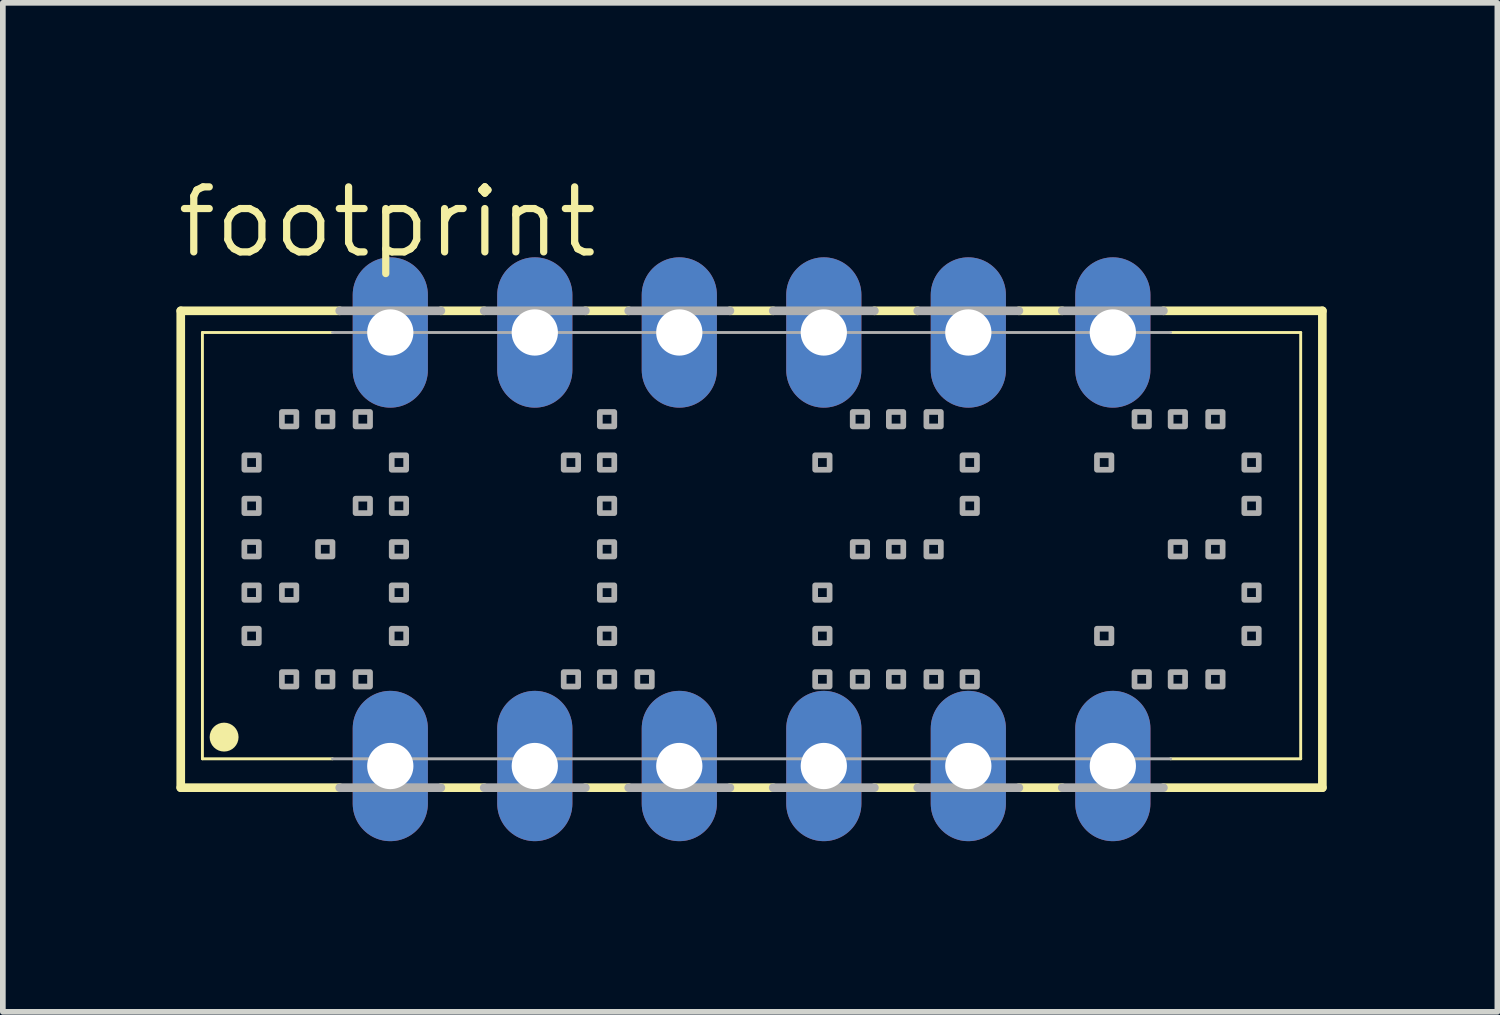
<source format=kicad_pcb>
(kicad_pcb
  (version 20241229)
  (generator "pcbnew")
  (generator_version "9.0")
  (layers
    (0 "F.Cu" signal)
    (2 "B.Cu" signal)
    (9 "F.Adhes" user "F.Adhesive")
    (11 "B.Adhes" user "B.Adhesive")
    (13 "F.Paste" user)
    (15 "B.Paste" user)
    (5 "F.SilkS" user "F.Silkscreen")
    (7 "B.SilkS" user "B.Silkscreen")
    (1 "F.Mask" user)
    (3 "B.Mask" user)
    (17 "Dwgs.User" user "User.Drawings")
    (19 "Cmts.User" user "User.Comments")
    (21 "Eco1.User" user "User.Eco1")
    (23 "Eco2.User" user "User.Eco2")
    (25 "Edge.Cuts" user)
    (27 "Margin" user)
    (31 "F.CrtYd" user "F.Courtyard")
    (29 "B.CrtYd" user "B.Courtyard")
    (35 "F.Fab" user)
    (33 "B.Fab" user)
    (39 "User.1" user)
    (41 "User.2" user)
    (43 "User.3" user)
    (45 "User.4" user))
  (footprint "footprint"
    (layer "F.Cu")
    (at 10.16 6.604)
    (property "Reference" "footprint" (at -10.16 -5.08 0) (layer "F.SilkS") (effects (font (size 1.143 1.143) (thickness 0.127)) (justify left bottom)))
    (fp_line (start -10.033 -4.191) (end -10.033 4.191) (stroke (width 0.152) (type solid)) (layer "F.SilkS"))
    (fp_line (start -9.652 3.683) (end -9.652 -3.81) (stroke (width 0.051) (type solid)) (layer "F.SilkS"))
    (fp_line (start -7.366 -3.81) (end -9.652 -3.81) (stroke (width 0.051) (type solid)) (layer "F.SilkS"))
    (fp_line (start -7.366 3.683) (end -9.652 3.683) (stroke (width 0.051) (type solid)) (layer "F.SilkS"))
    (fp_line (start -7.239 -4.191) (end -10.033 -4.191) (stroke (width 0.152) (type solid)) (layer "F.SilkS"))
    (fp_line (start -7.239 4.191) (end -10.033 4.191) (stroke (width 0.152) (type solid)) (layer "F.SilkS"))
    (fp_line (start -4.699 -4.191) (end -5.461 -4.191) (stroke (width 0.152) (type solid)) (layer "F.SilkS"))
    (fp_line (start -4.699 4.191) (end -5.461 4.191) (stroke (width 0.152) (type solid)) (layer "F.SilkS"))
    (fp_line (start -2.159 -4.191) (end -2.921 -4.191) (stroke (width 0.152) (type solid)) (layer "F.SilkS"))
    (fp_line (start -2.159 4.191) (end -2.921 4.191) (stroke (width 0.152) (type solid)) (layer "F.SilkS"))
    (fp_line (start 0.381 -4.191) (end -0.381 -4.191) (stroke (width 0.152) (type solid)) (layer "F.SilkS"))
    (fp_line (start 0.381 4.191) (end -0.381 4.191) (stroke (width 0.152) (type solid)) (layer "F.SilkS"))
    (fp_line (start 2.921 -4.191) (end 2.159 -4.191) (stroke (width 0.152) (type solid)) (layer "F.SilkS"))
    (fp_line (start 2.921 4.191) (end 2.159 4.191) (stroke (width 0.152) (type solid)) (layer "F.SilkS"))
    (fp_line (start 5.461 -4.191) (end 4.699 -4.191) (stroke (width 0.152) (type solid)) (layer "F.SilkS"))
    (fp_line (start 5.461 4.191) (end 4.699 4.191) (stroke (width 0.152) (type solid)) (layer "F.SilkS"))
    (fp_line (start 9.652 -3.81) (end 7.366 -3.81) (stroke (width 0.051) (type solid)) (layer "F.SilkS"))
    (fp_line (start 9.652 -3.81) (end 9.652 3.683) (stroke (width 0.051) (type solid)) (layer "F.SilkS"))
    (fp_line (start 9.652 3.683) (end 7.366 3.683) (stroke (width 0.051) (type solid)) (layer "F.SilkS"))
    (fp_line (start 10.033 -4.191) (end 7.239 -4.191) (stroke (width 0.152) (type solid)) (layer "F.SilkS"))
    (fp_line (start 10.033 4.191) (end 7.239 4.191) (stroke (width 0.152) (type solid)) (layer "F.SilkS"))
    (fp_line (start 10.033 4.191) (end 10.033 -4.191) (stroke (width 0.152) (type solid)) (layer "F.SilkS"))
    (fp_circle (center -9.271 3.302) (end -9.144 3.302) (stroke (width 0.254) (type solid)) (fill no) (layer "F.SilkS"))
    (fp_line (start -7.366 -3.81) (end 7.366 -3.81) (stroke (width 0.051) (type solid)) (layer "F.Fab"))
    (fp_line (start -7.366 3.683) (end 7.366 3.683) (stroke (width 0.051) (type solid)) (layer "F.Fab"))
    (fp_line (start -7.239 -4.191) (end -5.461 -4.191) (stroke (width 0.152) (type solid)) (layer "F.Fab"))
    (fp_line (start -5.461 4.191) (end -7.239 4.191) (stroke (width 0.152) (type solid)) (layer "F.Fab"))
    (fp_line (start -4.699 -4.191) (end -2.921 -4.191) (stroke (width 0.152) (type solid)) (layer "F.Fab"))
    (fp_line (start -4.699 4.191) (end -2.921 4.191) (stroke (width 0.152) (type solid)) (layer "F.Fab"))
    (fp_line (start -0.381 -4.191) (end -2.159 -4.191) (stroke (width 0.152) (type solid)) (layer "F.Fab"))
    (fp_line (start -0.381 4.191) (end -2.159 4.191) (stroke (width 0.152) (type solid)) (layer "F.Fab"))
    (fp_line (start 0.381 -4.191) (end 2.159 -4.191) (stroke (width 0.152) (type solid)) (layer "F.Fab"))
    (fp_line (start 2.159 4.191) (end 0.381 4.191) (stroke (width 0.152) (type solid)) (layer "F.Fab"))
    (fp_line (start 4.699 -4.191) (end 2.921 -4.191) (stroke (width 0.152) (type solid)) (layer "F.Fab"))
    (fp_line (start 4.699 4.191) (end 2.921 4.191) (stroke (width 0.152) (type solid)) (layer "F.Fab"))
    (fp_line (start 5.461 -4.191) (end 7.239 -4.191) (stroke (width 0.152) (type solid)) (layer "F.Fab"))
    (fp_line (start 5.461 4.191) (end 7.239 4.191) (stroke (width 0.152) (type solid)) (layer "F.Fab"))
    (fp_poly (pts (xy -8.915 -1.397) (xy -8.661 -1.397) (xy -8.661 -1.651) (xy -8.915 -1.651)) (stroke (width 0.1) (type solid)) (fill no) (layer "F.Fab"))
    (fp_poly (pts (xy -8.915 -0.635) (xy -8.661 -0.635) (xy -8.661 -0.889) (xy -8.915 -0.889)) (stroke (width 0.1) (type solid)) (fill no) (layer "F.Fab"))
    (fp_poly (pts (xy -8.915 0.127) (xy -8.661 0.127) (xy -8.661 -0.127) (xy -8.915 -0.127)) (stroke (width 0.1) (type solid)) (fill no) (layer "F.Fab"))
    (fp_poly (pts (xy -8.915 0.889) (xy -8.661 0.889) (xy -8.661 0.635) (xy -8.915 0.635)) (stroke (width 0.1) (type solid)) (fill no) (layer "F.Fab"))
    (fp_poly (pts (xy -8.915 1.651) (xy -8.661 1.651) (xy -8.661 1.397) (xy -8.915 1.397)) (stroke (width 0.1) (type solid)) (fill no) (layer "F.Fab"))
    (fp_poly (pts (xy -8.255 -2.159) (xy -8.001 -2.159) (xy -8.001 -2.413) (xy -8.255 -2.413)) (stroke (width 0.1) (type solid)) (fill no) (layer "F.Fab"))
    (fp_poly (pts (xy -8.255 0.889) (xy -8.001 0.889) (xy -8.001 0.635) (xy -8.255 0.635)) (stroke (width 0.1) (type solid)) (fill no) (layer "F.Fab"))
    (fp_poly (pts (xy -8.255 2.413) (xy -8.001 2.413) (xy -8.001 2.159) (xy -8.255 2.159)) (stroke (width 0.1) (type solid)) (fill no) (layer "F.Fab"))
    (fp_poly (pts (xy -7.62 -2.159) (xy -7.366 -2.159) (xy -7.366 -2.413) (xy -7.62 -2.413)) (stroke (width 0.1) (type solid)) (fill no) (layer "F.Fab"))
    (fp_poly (pts (xy -7.62 0.127) (xy -7.366 0.127) (xy -7.366 -0.127) (xy -7.62 -0.127)) (stroke (width 0.1) (type solid)) (fill no) (layer "F.Fab"))
    (fp_poly (pts (xy -7.62 2.413) (xy -7.366 2.413) (xy -7.366 2.159) (xy -7.62 2.159)) (stroke (width 0.1) (type solid)) (fill no) (layer "F.Fab"))
    (fp_poly (pts (xy -6.96 -2.159) (xy -6.706 -2.159) (xy -6.706 -2.413) (xy -6.96 -2.413)) (stroke (width 0.1) (type solid)) (fill no) (layer "F.Fab"))
    (fp_poly (pts (xy -6.96 -0.635) (xy -6.706 -0.635) (xy -6.706 -0.889) (xy -6.96 -0.889)) (stroke (width 0.1) (type solid)) (fill no) (layer "F.Fab"))
    (fp_poly (pts (xy -6.96 2.413) (xy -6.706 2.413) (xy -6.706 2.159) (xy -6.96 2.159)) (stroke (width 0.1) (type solid)) (fill no) (layer "F.Fab"))
    (fp_poly (pts (xy -6.325 -1.397) (xy -6.071 -1.397) (xy -6.071 -1.651) (xy -6.325 -1.651)) (stroke (width 0.1) (type solid)) (fill no) (layer "F.Fab"))
    (fp_poly (pts (xy -6.325 -0.635) (xy -6.071 -0.635) (xy -6.071 -0.889) (xy -6.325 -0.889)) (stroke (width 0.1) (type solid)) (fill no) (layer "F.Fab"))
    (fp_poly (pts (xy -6.325 0.127) (xy -6.071 0.127) (xy -6.071 -0.127) (xy -6.325 -0.127)) (stroke (width 0.1) (type solid)) (fill no) (layer "F.Fab"))
    (fp_poly (pts (xy -6.325 0.889) (xy -6.071 0.889) (xy -6.071 0.635) (xy -6.325 0.635)) (stroke (width 0.1) (type solid)) (fill no) (layer "F.Fab"))
    (fp_poly (pts (xy -6.325 1.651) (xy -6.071 1.651) (xy -6.071 1.397) (xy -6.325 1.397)) (stroke (width 0.1) (type solid)) (fill no) (layer "F.Fab"))
    (fp_poly (pts (xy -3.302 -1.397) (xy -3.048 -1.397) (xy -3.048 -1.651) (xy -3.302 -1.651)) (stroke (width 0.1) (type solid)) (fill no) (layer "F.Fab"))
    (fp_poly (pts (xy -3.302 2.413) (xy -3.048 2.413) (xy -3.048 2.159) (xy -3.302 2.159)) (stroke (width 0.1) (type solid)) (fill no) (layer "F.Fab"))
    (fp_poly (pts (xy -2.667 -2.159) (xy -2.413 -2.159) (xy -2.413 -2.413) (xy -2.667 -2.413)) (stroke (width 0.1) (type solid)) (fill no) (layer "F.Fab"))
    (fp_poly (pts (xy -2.667 -1.397) (xy -2.413 -1.397) (xy -2.413 -1.651) (xy -2.667 -1.651)) (stroke (width 0.1) (type solid)) (fill no) (layer "F.Fab"))
    (fp_poly (pts (xy -2.667 -0.635) (xy -2.413 -0.635) (xy -2.413 -0.889) (xy -2.667 -0.889)) (stroke (width 0.1) (type solid)) (fill no) (layer "F.Fab"))
    (fp_poly (pts (xy -2.667 0.127) (xy -2.413 0.127) (xy -2.413 -0.127) (xy -2.667 -0.127)) (stroke (width 0.1) (type solid)) (fill no) (layer "F.Fab"))
    (fp_poly (pts (xy -2.667 0.889) (xy -2.413 0.889) (xy -2.413 0.635) (xy -2.667 0.635)) (stroke (width 0.1) (type solid)) (fill no) (layer "F.Fab"))
    (fp_poly (pts (xy -2.667 1.651) (xy -2.413 1.651) (xy -2.413 1.397) (xy -2.667 1.397)) (stroke (width 0.1) (type solid)) (fill no) (layer "F.Fab"))
    (fp_poly (pts (xy -2.667 2.413) (xy -2.413 2.413) (xy -2.413 2.159) (xy -2.667 2.159)) (stroke (width 0.1) (type solid)) (fill no) (layer "F.Fab"))
    (fp_poly (pts (xy -2.007 2.413) (xy -1.753 2.413) (xy -1.753 2.159) (xy -2.007 2.159)) (stroke (width 0.1) (type solid)) (fill no) (layer "F.Fab"))
    (fp_poly (pts (xy 1.118 -1.397) (xy 1.372 -1.397) (xy 1.372 -1.651) (xy 1.118 -1.651)) (stroke (width 0.1) (type solid)) (fill no) (layer "F.Fab"))
    (fp_poly (pts (xy 1.118 0.889) (xy 1.372 0.889) (xy 1.372 0.635) (xy 1.118 0.635)) (stroke (width 0.1) (type solid)) (fill no) (layer "F.Fab"))
    (fp_poly (pts (xy 1.118 1.651) (xy 1.372 1.651) (xy 1.372 1.397) (xy 1.118 1.397)) (stroke (width 0.1) (type solid)) (fill no) (layer "F.Fab"))
    (fp_poly (pts (xy 1.118 2.413) (xy 1.372 2.413) (xy 1.372 2.159) (xy 1.118 2.159)) (stroke (width 0.1) (type solid)) (fill no) (layer "F.Fab"))
    (fp_poly (pts (xy 1.778 -2.159) (xy 2.032 -2.159) (xy 2.032 -2.413) (xy 1.778 -2.413)) (stroke (width 0.1) (type solid)) (fill no) (layer "F.Fab"))
    (fp_poly (pts (xy 1.778 0.127) (xy 2.032 0.127) (xy 2.032 -0.127) (xy 1.778 -0.127)) (stroke (width 0.1) (type solid)) (fill no) (layer "F.Fab"))
    (fp_poly (pts (xy 1.778 2.413) (xy 2.032 2.413) (xy 2.032 2.159) (xy 1.778 2.159)) (stroke (width 0.1) (type solid)) (fill no) (layer "F.Fab"))
    (fp_poly (pts (xy 2.413 -2.159) (xy 2.667 -2.159) (xy 2.667 -2.413) (xy 2.413 -2.413)) (stroke (width 0.1) (type solid)) (fill no) (layer "F.Fab"))
    (fp_poly (pts (xy 2.413 0.127) (xy 2.667 0.127) (xy 2.667 -0.127) (xy 2.413 -0.127)) (stroke (width 0.1) (type solid)) (fill no) (layer "F.Fab"))
    (fp_poly (pts (xy 2.413 2.413) (xy 2.667 2.413) (xy 2.667 2.159) (xy 2.413 2.159)) (stroke (width 0.1) (type solid)) (fill no) (layer "F.Fab"))
    (fp_poly (pts (xy 3.073 -2.159) (xy 3.327 -2.159) (xy 3.327 -2.413) (xy 3.073 -2.413)) (stroke (width 0.1) (type solid)) (fill no) (layer "F.Fab"))
    (fp_poly (pts (xy 3.073 0.127) (xy 3.327 0.127) (xy 3.327 -0.127) (xy 3.073 -0.127)) (stroke (width 0.1) (type solid)) (fill no) (layer "F.Fab"))
    (fp_poly (pts (xy 3.073 2.413) (xy 3.327 2.413) (xy 3.327 2.159) (xy 3.073 2.159)) (stroke (width 0.1) (type solid)) (fill no) (layer "F.Fab"))
    (fp_poly (pts (xy 3.708 -1.397) (xy 3.962 -1.397) (xy 3.962 -1.651) (xy 3.708 -1.651)) (stroke (width 0.1) (type solid)) (fill no) (layer "F.Fab"))
    (fp_poly (pts (xy 3.708 -0.635) (xy 3.962 -0.635) (xy 3.962 -0.889) (xy 3.708 -0.889)) (stroke (width 0.1) (type solid)) (fill no) (layer "F.Fab"))
    (fp_poly (pts (xy 3.708 2.413) (xy 3.962 2.413) (xy 3.962 2.159) (xy 3.708 2.159)) (stroke (width 0.1) (type solid)) (fill no) (layer "F.Fab"))
    (fp_poly (pts (xy 6.071 -1.397) (xy 6.325 -1.397) (xy 6.325 -1.651) (xy 6.071 -1.651)) (stroke (width 0.1) (type solid)) (fill no) (layer "F.Fab"))
    (fp_poly (pts (xy 6.071 1.651) (xy 6.325 1.651) (xy 6.325 1.397) (xy 6.071 1.397)) (stroke (width 0.1) (type solid)) (fill no) (layer "F.Fab"))
    (fp_poly (pts (xy 6.731 -2.159) (xy 6.985 -2.159) (xy 6.985 -2.413) (xy 6.731 -2.413)) (stroke (width 0.1) (type solid)) (fill no) (layer "F.Fab"))
    (fp_poly (pts (xy 6.731 2.413) (xy 6.985 2.413) (xy 6.985 2.159) (xy 6.731 2.159)) (stroke (width 0.1) (type solid)) (fill no) (layer "F.Fab"))
    (fp_poly (pts (xy 7.366 -2.159) (xy 7.62 -2.159) (xy 7.62 -2.413) (xy 7.366 -2.413)) (stroke (width 0.1) (type solid)) (fill no) (layer "F.Fab"))
    (fp_poly (pts (xy 7.366 0.127) (xy 7.62 0.127) (xy 7.62 -0.127) (xy 7.366 -0.127)) (stroke (width 0.1) (type solid)) (fill no) (layer "F.Fab"))
    (fp_poly (pts (xy 7.366 2.413) (xy 7.62 2.413) (xy 7.62 2.159) (xy 7.366 2.159)) (stroke (width 0.1) (type solid)) (fill no) (layer "F.Fab"))
    (fp_poly (pts (xy 8.026 -2.159) (xy 8.28 -2.159) (xy 8.28 -2.413) (xy 8.026 -2.413)) (stroke (width 0.1) (type solid)) (fill no) (layer "F.Fab"))
    (fp_poly (pts (xy 8.026 0.127) (xy 8.28 0.127) (xy 8.28 -0.127) (xy 8.026 -0.127)) (stroke (width 0.1) (type solid)) (fill no) (layer "F.Fab"))
    (fp_poly (pts (xy 8.026 2.413) (xy 8.28 2.413) (xy 8.28 2.159) (xy 8.026 2.159)) (stroke (width 0.1) (type solid)) (fill no) (layer "F.Fab"))
    (fp_poly (pts (xy 8.661 -1.397) (xy 8.915 -1.397) (xy 8.915 -1.651) (xy 8.661 -1.651)) (stroke (width 0.1) (type solid)) (fill no) (layer "F.Fab"))
    (fp_poly (pts (xy 8.661 -0.635) (xy 8.915 -0.635) (xy 8.915 -0.889) (xy 8.661 -0.889)) (stroke (width 0.1) (type solid)) (fill no) (layer "F.Fab"))
    (fp_poly (pts (xy 8.661 0.889) (xy 8.915 0.889) (xy 8.915 0.635) (xy 8.661 0.635)) (stroke (width 0.1) (type solid)) (fill no) (layer "F.Fab"))
    (fp_poly (pts (xy 8.661 1.651) (xy 8.915 1.651) (xy 8.915 1.397) (xy 8.661 1.397)) (stroke (width 0.1) (type solid)) (fill no) (layer "F.Fab"))
    (pad "1" thru_hole oval (at -6.35 3.81 90) (size 2.642 1.321) (drill 0.813) (layers "*.Cu" "*.Mask"))
    (pad "2" thru_hole oval (at -3.81 3.81 90) (size 2.642 1.321) (drill 0.813) (layers "*.Cu" "*.Mask"))
    (pad "3" thru_hole oval (at -1.27 3.81 90) (size 2.642 1.321) (drill 0.813) (layers "*.Cu" "*.Mask"))
    (pad "4" thru_hole oval (at 1.27 3.81 90) (size 2.642 1.321) (drill 0.813) (layers "*.Cu" "*.Mask"))
    (pad "5" thru_hole oval (at 3.81 3.81 90) (size 2.642 1.321) (drill 0.813) (layers "*.Cu" "*.Mask"))
    (pad "6" thru_hole oval (at 6.35 3.81 90) (size 2.642 1.321) (drill 0.813) (layers "*.Cu" "*.Mask"))
    (pad "7" thru_hole oval (at 6.35 -3.81 90) (size 2.642 1.321) (drill 0.813) (layers "*.Cu" "*.Mask"))
    (pad "8" thru_hole oval (at 3.81 -3.81 90) (size 2.642 1.321) (drill 0.813) (layers "*.Cu" "*.Mask"))
    (pad "9" thru_hole oval (at 1.27 -3.81 90) (size 2.642 1.321) (drill 0.813) (layers "*.Cu" "*.Mask"))
    (pad "10" thru_hole oval (at -1.27 -3.81 90) (size 2.642 1.321) (drill 0.813) (layers "*.Cu" "*.Mask"))
    (pad "11" thru_hole oval (at -3.81 -3.81 90) (size 2.642 1.321) (drill 0.813) (layers "*.Cu" "*.Mask"))
    (pad "12" thru_hole oval (at -6.35 -3.81 90) (size 2.642 1.321) (drill 0.813) (layers "*.Cu" "*.Mask")))
  (gr_rect
    (start -3 -3)
    (end 23.269 14.735)
    (stroke (width 0.1) (type default))
    (fill no)
    (layer "Edge.Cuts")))
</source>
